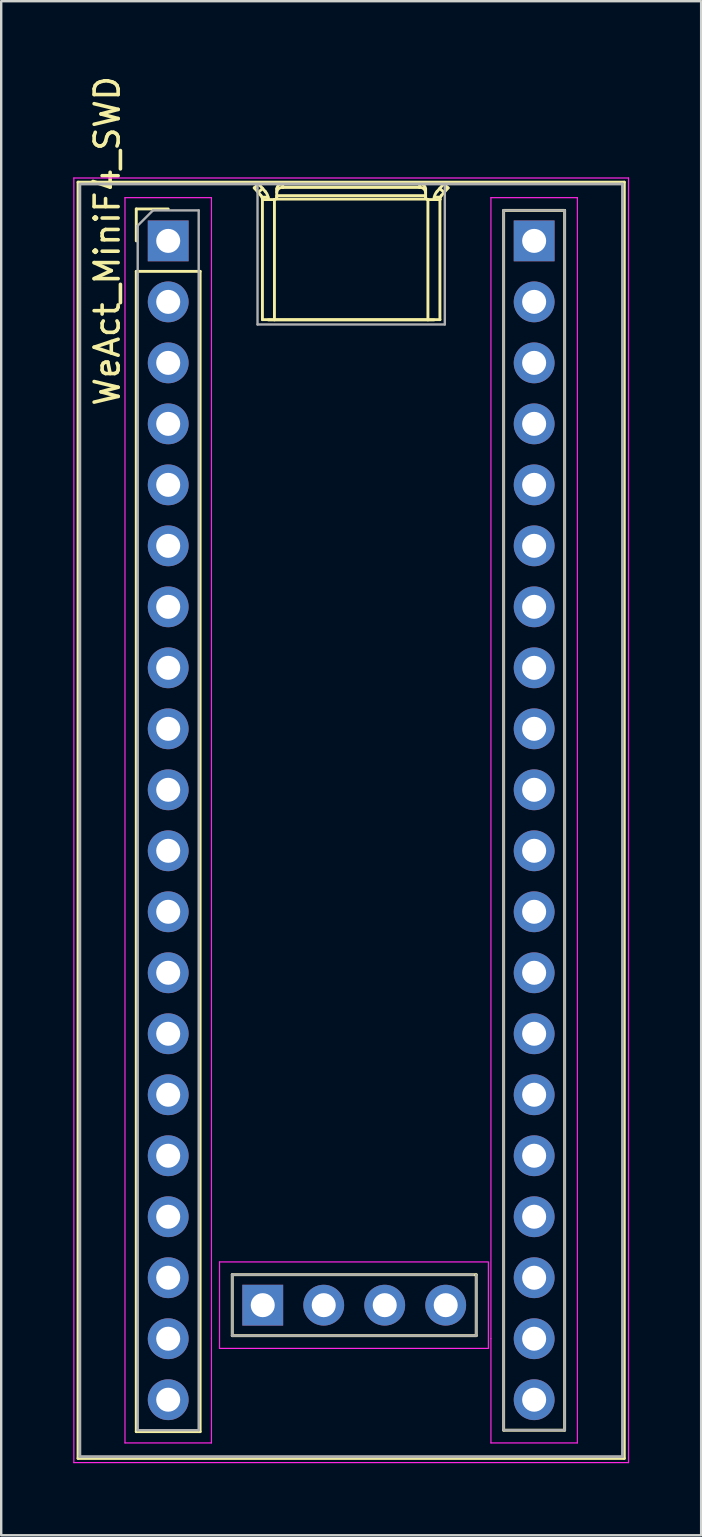
<source format=kicad_pcb>
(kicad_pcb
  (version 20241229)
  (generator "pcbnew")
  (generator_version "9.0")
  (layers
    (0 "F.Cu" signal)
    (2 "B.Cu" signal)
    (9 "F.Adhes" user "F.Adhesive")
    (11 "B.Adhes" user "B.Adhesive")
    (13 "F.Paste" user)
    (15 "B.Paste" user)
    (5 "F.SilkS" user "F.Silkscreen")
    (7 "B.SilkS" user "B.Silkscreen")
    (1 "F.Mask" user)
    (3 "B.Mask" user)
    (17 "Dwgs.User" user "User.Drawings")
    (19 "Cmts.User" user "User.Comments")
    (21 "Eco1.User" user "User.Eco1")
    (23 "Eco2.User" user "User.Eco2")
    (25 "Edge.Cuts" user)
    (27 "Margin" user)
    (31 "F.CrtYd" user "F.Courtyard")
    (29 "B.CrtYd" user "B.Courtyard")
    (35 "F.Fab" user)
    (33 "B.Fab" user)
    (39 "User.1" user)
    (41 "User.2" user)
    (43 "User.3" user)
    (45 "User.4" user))
  (footprint "WeAct_MiniF4_SWD"
    (layer "F.Cu")
    (at 3.955 6.982)
    (property "Reference" "WeAct_MiniF4_SWD" (at -2.54 0 90) (layer "F.SilkS") (effects (font (size 1 1) (thickness 0.15))))
    (attr through_hole)
    (fp_line (start -3.755 -2.445) (end 18.995 -2.445) (stroke (width 0.12) (type solid)) (layer "F.SilkS"))
    (fp_line (start -3.755 50.705) (end -3.755 -2.445) (stroke (width 0.12) (type solid)) (layer "F.SilkS"))
    (fp_line (start -1.33 -1.33) (end 0 -1.33) (stroke (width 0.12) (type solid)) (layer "F.SilkS"))
    (fp_line (start -1.33 0) (end -1.33 -1.33) (stroke (width 0.12) (type solid)) (layer "F.SilkS"))
    (fp_line (start -1.33 1.27) (end 1.33 1.27) (stroke (width 0.12) (type solid)) (layer "F.SilkS"))
    (fp_line (start -1.33 49.59) (end -1.33 1.27) (stroke (width 0.12) (type solid)) (layer "F.SilkS"))
    (fp_line (start 1.33 1.27) (end 1.33 49.59) (stroke (width 0.12) (type solid)) (layer "F.SilkS"))
    (fp_line (start 1.33 49.59) (end -1.33 49.59) (stroke (width 0.12) (type solid)) (layer "F.SilkS"))
    (fp_line (start 2.667 43.053) (end 12.827 43.053) (stroke (width 0.12) (type solid)) (layer "F.SilkS"))
    (fp_line (start 2.667 45.593) (end 2.667 43.053) (stroke (width 0.12) (type solid)) (layer "F.SilkS"))
    (fp_line (start 3.583 -2.207) (end 3.861 -1.891) (stroke (width 0.12) (type solid)) (layer "F.SilkS"))
    (fp_line (start 3.748 -2.02) (end 3.933 -2.182) (stroke (width 0.12) (type solid)) (layer "F.SilkS"))
    (fp_line (start 3.767 -2.37) (end 3.583 -2.207) (stroke (width 0.12) (type solid)) (layer "F.SilkS"))
    (fp_line (start 3.924 -1.728) (end 3.929 -1.72) (stroke (width 0.12) (type solid)) (layer "F.SilkS"))
    (fp_line (start 3.924 -1.726) (end 3.924 -1.728) (stroke (width 0.12) (type solid)) (layer "F.SilkS"))
    (fp_line (start 3.924 -1.726) (end 3.924 3.28) (stroke (width 0.12) (type solid)) (layer "F.SilkS"))
    (fp_line (start 3.929 -1.72) (end 3.93 -1.72) (stroke (width 0.12) (type solid)) (layer "F.SilkS"))
    (fp_line (start 3.93 -1.72) (end 4.42 -1.72) (stroke (width 0.12) (type solid)) (layer "F.SilkS"))
    (fp_line (start 4.045 -2.055) (end 3.767 -2.37) (stroke (width 0.12) (type solid)) (layer "F.SilkS"))
    (fp_line (start 4.161 -1.82) (end 3.905 -1.82) (stroke (width 0.12) (type solid)) (layer "F.SilkS"))
    (fp_line (start 4.17 -1.72) (end 4.17 -1.724) (stroke (width 0.12) (type solid)) (layer "F.SilkS"))
    (fp_line (start 4.42 -1.72) (end 4.424 -1.72) (stroke (width 0.12) (type solid)) (layer "F.SilkS"))
    (fp_line (start 4.424 -1.72) (end 4.424 3.29) (stroke (width 0.12) (type solid)) (layer "F.SilkS"))
    (fp_line (start 4.52 -2.165) (end 4.52 -1.82) (stroke (width 0.12) (type solid)) (layer "F.SilkS"))
    (fp_line (start 4.52 -1.885) (end 10.72 -1.885) (stroke (width 0.12) (type solid)) (layer "F.SilkS"))
    (fp_line (start 4.77 -2.227) (end 4.77 -2.37) (stroke (width 0.12) (type solid)) (layer "F.SilkS"))
    (fp_line (start 10.47 -2.37) (end 4.77 -2.37) (stroke (width 0.12) (type solid)) (layer "F.SilkS"))
    (fp_line (start 10.47 -2.227) (end 4.77 -2.227) (stroke (width 0.12) (type solid)) (layer "F.SilkS"))
    (fp_line (start 10.47 -2.227) (end 10.47 -2.37) (stroke (width 0.12) (type solid)) (layer "F.SilkS"))
    (fp_line (start 10.72 -2.165) (end 10.72 -1.82) (stroke (width 0.12) (type solid)) (layer "F.SilkS"))
    (fp_line (start 10.758 -1.741) (end 4.482 -1.741) (stroke (width 0.12) (type solid)) (layer "F.SilkS"))
    (fp_line (start 10.816 -1.72) (end 10.816 3.29) (stroke (width 0.12) (type solid)) (layer "F.SilkS"))
    (fp_line (start 10.82 -1.72) (end 10.816 -1.72) (stroke (width 0.12) (type solid)) (layer "F.SilkS"))
    (fp_line (start 11.07 -1.72) (end 11.07 -1.724) (stroke (width 0.12) (type solid)) (layer "F.SilkS"))
    (fp_line (start 11.07 3.29) (end 4.17 3.29) (stroke (width 0.12) (type solid)) (layer "F.SilkS"))
    (fp_line (start 11.079 -1.82) (end 11.335 -1.82) (stroke (width 0.12) (type solid)) (layer "F.SilkS"))
    (fp_line (start 11.195 -2.055) (end 11.473 -2.37) (stroke (width 0.12) (type solid)) (layer "F.SilkS"))
    (fp_line (start 11.31 -1.72) (end 10.82 -1.72) (stroke (width 0.12) (type solid)) (layer "F.SilkS"))
    (fp_line (start 11.311 -1.72) (end 11.31 -1.72) (stroke (width 0.12) (type solid)) (layer "F.SilkS"))
    (fp_line (start 11.316 -1.726) (end 11.316 3.28) (stroke (width 0.12) (type solid)) (layer "F.SilkS"))
    (fp_line (start 11.316 -1.726) (end 11.316 -1.728) (stroke (width 0.12) (type solid)) (layer "F.SilkS"))
    (fp_line (start 11.316 3.28) (end 3.924 3.28) (stroke (width 0.12) (type solid)) (layer "F.SilkS"))
    (fp_line (start 11.316 -1.728) (end 11.311 -1.72) (stroke (width 0.12) (type solid)) (layer "F.SilkS"))
    (fp_line (start 11.473 -2.37) (end 11.657 -2.207) (stroke (width 0.12) (type solid)) (layer "F.SilkS"))
    (fp_line (start 11.492 -2.02) (end 11.307 -2.182) (stroke (width 0.12) (type solid)) (layer "F.SilkS"))
    (fp_line (start 11.657 -2.207) (end 11.379 -1.891) (stroke (width 0.12) (type solid)) (layer "F.SilkS"))
    (fp_line (start 12.827 43.053) (end 12.827 45.593) (stroke (width 0.12) (type solid)) (layer "F.SilkS"))
    (fp_line (start 12.827 45.593) (end 2.667 45.593) (stroke (width 0.12) (type solid)) (layer "F.SilkS"))
    (fp_line (start 13.97 -1.27) (end 16.51 -1.27) (stroke (width 0.12) (type solid)) (layer "F.SilkS"))
    (fp_line (start 13.97 49.53) (end 13.97 -1.27) (stroke (width 0.12) (type solid)) (layer "F.SilkS"))
    (fp_line (start 16.51 -1.27) (end 16.51 49.53) (stroke (width 0.12) (type solid)) (layer "F.SilkS"))
    (fp_line (start 16.51 49.53) (end 13.97 49.53) (stroke (width 0.12) (type solid)) (layer "F.SilkS"))
    (fp_line (start 18.995 -2.445) (end 18.995 50.705) (stroke (width 0.12) (type solid)) (layer "F.SilkS"))
    (fp_line (start 18.995 50.705) (end -3.755 50.705) (stroke (width 0.12) (type solid)) (layer "F.SilkS"))
    (fp_arc (start 3.861166 -1.890847) (mid 3.906942 -1.815275) (end 3.923572 -1.7285) (stroke (width 0.12) (type solid)) (layer "F.SilkS"))
    (fp_arc (start 4.045142 -2.054759) (mid 4.137736 -1.900883) (end 4.169988 -1.724215) (stroke (width 0.12) (type solid)) (layer "F.SilkS"))
    (fp_arc (start 4.519999 -2.165212) (mid 4.603178 -2.318661) (end 4.77 -2.37) (stroke (width 0.12) (type solid)) (layer "F.SilkS"))
    (fp_arc (start 4.52 -2.021818) (mid 4.603179 -2.175266) (end 4.77 -2.226605) (stroke (width 0.12) (type solid)) (layer "F.SilkS"))
    (fp_arc (start 4.52 -1.819999) (mid 4.491968 -1.750569) (end 4.423589 -1.720064) (stroke (width 0.12) (type solid)) (layer "F.SilkS"))
    (fp_arc (start 10.47 -2.369999) (mid 10.636821 -2.318659) (end 10.719999 -2.165211) (stroke (width 0.12) (type solid)) (layer "F.SilkS"))
    (fp_arc (start 10.47 -2.226605) (mid 10.636821 -2.175265) (end 10.719999 -2.021817) (stroke (width 0.12) (type solid)) (layer "F.SilkS"))
    (fp_arc (start 10.81641 -1.720063) (mid 10.74803 -1.750569) (end 10.719999 -1.82) (stroke (width 0.12) (type solid)) (layer "F.SilkS"))
    (fp_arc (start 11.070011 -1.724215) (mid 11.102263 -1.900883) (end 11.194857 -2.054759) (stroke (width 0.12) (type solid)) (layer "F.SilkS"))
    (fp_arc (start 11.316427 -1.7285) (mid 11.333056 -1.815276) (end 11.378833 -1.890847) (stroke (width 0.12) (type solid)) (layer "F.SilkS"))
    (fp_line (start -3.93 -2.62) (end 19.17 -2.62) (stroke (width 0.05) (type solid)) (layer "F.CrtYd"))
    (fp_line (start -3.93 50.88) (end -3.93 -2.62) (stroke (width 0.05) (type solid)) (layer "F.CrtYd"))
    (fp_line (start -1.8 -1.8) (end -1.8 50.06) (stroke (width 0.05) (type solid)) (layer "F.CrtYd"))
    (fp_line (start -1.8 50.06) (end 1.8 50.06) (stroke (width 0.05) (type solid)) (layer "F.CrtYd"))
    (fp_line (start 1.8 -1.8) (end -1.8 -1.8) (stroke (width 0.05) (type solid)) (layer "F.CrtYd"))
    (fp_line (start 1.8 -1.8) (end 1.8 45.72) (stroke (width 0.05) (type solid)) (layer "F.CrtYd"))
    (fp_line (start 1.8 45.72) (end 1.8 50.06) (stroke (width 0.05) (type solid)) (layer "F.CrtYd"))
    (fp_line (start 2.137 42.523) (end 13.335 42.523) (stroke (width 0.05) (type solid)) (layer "F.CrtYd"))
    (fp_line (start 2.137 46.123) (end 2.137 42.523) (stroke (width 0.05) (type solid)) (layer "F.CrtYd"))
    (fp_line (start 2.137 46.123) (end 13.335 46.123) (stroke (width 0.05) (type solid)) (layer "F.CrtYd"))
    (fp_line (start 13.335 42.545) (end 13.335 46.123) (stroke (width 0.05) (type solid)) (layer "F.CrtYd"))
    (fp_line (start 13.44 -1.8) (end 13.44 45.72) (stroke (width 0.05) (type solid)) (layer "F.CrtYd"))
    (fp_line (start 13.44 -1.8) (end 17.04 -1.8) (stroke (width 0.05) (type solid)) (layer "F.CrtYd"))
    (fp_line (start 13.44 45.72) (end 13.44 50.06) (stroke (width 0.05) (type solid)) (layer "F.CrtYd"))
    (fp_line (start 17.04 -1.8) (end 17.04 50.06) (stroke (width 0.05) (type solid)) (layer "F.CrtYd"))
    (fp_line (start 17.04 50.06) (end 13.44 50.06) (stroke (width 0.05) (type solid)) (layer "F.CrtYd"))
    (fp_line (start 19.17 -2.62) (end 19.17 50.88) (stroke (width 0.05) (type solid)) (layer "F.CrtYd"))
    (fp_line (start 19.17 50.88) (end -3.93 50.88) (stroke (width 0.05) (type solid)) (layer "F.CrtYd"))
    (fp_line (start -3.68 -2.37) (end 18.92 -2.37) (stroke (width 0.12) (type solid)) (layer "F.Fab"))
    (fp_line (start -3.68 50.63) (end -3.68 -2.32) (stroke (width 0.12) (type solid)) (layer "F.Fab"))
    (fp_line (start -3.68 50.63) (end 18.92 50.63) (stroke (width 0.12) (type solid)) (layer "F.Fab"))
    (fp_line (start -1.27 -0.635) (end -0.635 -1.27) (stroke (width 0.1) (type solid)) (layer "F.Fab"))
    (fp_line (start -1.27 49.53) (end -1.27 -0.635) (stroke (width 0.1) (type solid)) (layer "F.Fab"))
    (fp_line (start -0.635 -1.27) (end 1.27 -1.27) (stroke (width 0.1) (type solid)) (layer "F.Fab"))
    (fp_line (start 1.27 -1.27) (end 1.27 49.53) (stroke (width 0.1) (type solid)) (layer "F.Fab"))
    (fp_line (start 1.27 49.53) (end -1.27 49.53) (stroke (width 0.1) (type solid)) (layer "F.Fab"))
    (fp_line (start 2.667 43.053) (end 12.7 43.053) (stroke (width 0.1) (type solid)) (layer "F.Fab"))
    (fp_line (start 2.667 45.593) (end 2.667 43.053) (stroke (width 0.1) (type solid)) (layer "F.Fab"))
    (fp_line (start 3.72 3.48) (end 3.72 -2.32) (stroke (width 0.1) (type solid)) (layer "F.Fab"))
    (fp_line (start 3.72 3.48) (end 11.52 3.48) (stroke (width 0.1) (type solid)) (layer "F.Fab"))
    (fp_line (start 11.52 3.48) (end 11.52 -2.32) (stroke (width 0.1) (type solid)) (layer "F.Fab"))
    (fp_line (start 12.827 43.053) (end 12.827 45.593) (stroke (width 0.1) (type solid)) (layer "F.Fab"))
    (fp_line (start 12.827 45.593) (end 2.667 45.593) (stroke (width 0.1) (type solid)) (layer "F.Fab"))
    (fp_line (start 13.97 -1.27) (end 16.51 -1.27) (stroke (width 0.1) (type solid)) (layer "F.Fab"))
    (fp_line (start 13.97 49.53) (end 13.97 -1.27) (stroke (width 0.1) (type solid)) (layer "F.Fab"))
    (fp_line (start 16.51 -1.27) (end 16.51 49.53) (stroke (width 0.1) (type solid)) (layer "F.Fab"))
    (fp_line (start 16.51 49.53) (end 13.97 49.53) (stroke (width 0.1) (type solid)) (layer "F.Fab"))
    (fp_line (start 18.92 -2.37) (end 18.92 50.63) (stroke (width 0.12) (type solid)) (layer "F.Fab"))
    (pad "1" thru_hole circle (at 15.24 48.26) (size 1.7 1.7) (drill 1) (layers "*.Cu" "*.Mask"))
    (pad "2" thru_hole circle (at 15.24 45.72) (size 1.7 1.7) (drill 1) (layers "*.Cu" "*.Mask"))
    (pad "3" thru_hole circle (at 15.24 43.18) (size 1.7 1.7) (drill 1) (layers "*.Cu" "*.Mask"))
    (pad "3V3" thru_hole circle (at 0 48.26) (size 1.7 1.7) (drill 1) (layers "*.Cu" "*.Mask"))
    (pad "3V3" thru_hole rect (at 3.937 44.323 90) (size 1.7 1.7) (drill 1) (layers "*.Cu" "*.Mask"))
    (pad "3V3" thru_hole circle (at 15.24 5.08) (size 1.7 1.7) (drill 1) (layers "*.Cu" "*.Mask"))
    (pad "4" thru_hole circle (at 15.24 40.64) (size 1.7 1.7) (drill 1) (layers "*.Cu" "*.Mask"))
    (pad "5V" thru_hole circle (at 0 43.18) (size 1.7 1.7) (drill 1) (layers "*.Cu" "*.Mask"))
    (pad "5V" thru_hole rect (at 15.24 0) (size 1.7 1.7) (drill 1) (layers "*.Cu" "*.Mask"))
    (pad "7" thru_hole circle (at 15.24 38.1) (size 1.7 1.7) (drill 1) (layers "*.Cu" "*.Mask"))
    (pad "10" thru_hole circle (at 15.24 35.56) (size 1.7 1.7) (drill 1) (layers "*.Cu" "*.Mask"))
    (pad "11" thru_hole circle (at 15.24 33.02) (size 1.7 1.7) (drill 1) (layers "*.Cu" "*.Mask"))
    (pad "12" thru_hole circle (at 15.24 30.48) (size 1.7 1.7) (drill 1) (layers "*.Cu" "*.Mask"))
    (pad "13" thru_hole circle (at 15.24 27.94) (size 1.7 1.7) (drill 1) (layers "*.Cu" "*.Mask"))
    (pad "14" thru_hole circle (at 15.24 25.4) (size 1.7 1.7) (drill 1) (layers "*.Cu" "*.Mask"))
    (pad "15" thru_hole circle (at 15.24 22.86) (size 1.7 1.7) (drill 1) (layers "*.Cu" "*.Mask"))
    (pad "16" thru_hole circle (at 15.24 20.32) (size 1.7 1.7) (drill 1) (layers "*.Cu" "*.Mask"))
    (pad "17" thru_hole circle (at 15.24 17.78) (size 1.7 1.7) (drill 1) (layers "*.Cu" "*.Mask"))
    (pad "18" thru_hole circle (at 15.24 15.24) (size 1.7 1.7) (drill 1) (layers "*.Cu" "*.Mask"))
    (pad "19" thru_hole circle (at 15.24 12.7) (size 1.7 1.7) (drill 1) (layers "*.Cu" "*.Mask"))
    (pad "20" thru_hole circle (at 15.24 10.16) (size 1.7 1.7) (drill 1) (layers "*.Cu" "*.Mask"))
    (pad "21" thru_hole circle (at 15.24 7.62) (size 1.7 1.7) (drill 1) (layers "*.Cu" "*.Mask"))
    (pad "25" thru_hole rect (at 0 0) (size 1.7 1.7) (drill 1) (layers "*.Cu" "*.Mask"))
    (pad "26" thru_hole circle (at 0 2.54) (size 1.7 1.7) (drill 1) (layers "*.Cu" "*.Mask"))
    (pad "27" thru_hole circle (at 0 5.08) (size 1.7 1.7) (drill 1) (layers "*.Cu" "*.Mask"))
    (pad "28" thru_hole circle (at 0 7.62) (size 1.7 1.7) (drill 1) (layers "*.Cu" "*.Mask"))
    (pad "29" thru_hole circle (at 0 10.16) (size 1.7 1.7) (drill 1) (layers "*.Cu" "*.Mask"))
    (pad "30" thru_hole circle (at 0 12.7) (size 1.7 1.7) (drill 1) (layers "*.Cu" "*.Mask"))
    (pad "31" thru_hole circle (at 0 15.24) (size 1.7 1.7) (drill 1) (layers "*.Cu" "*.Mask"))
    (pad "32" thru_hole circle (at 0 17.78) (size 1.7 1.7) (drill 1) (layers "*.Cu" "*.Mask"))
    (pad "33" thru_hole circle (at 0 20.32) (size 1.7 1.7) (drill 1) (layers "*.Cu" "*.Mask"))
    (pad "34" thru_hole circle (at 6.477 44.323 90) (size 1.7 1.7) (drill 1) (layers "*.Cu" "*.Mask"))
    (pad "37" thru_hole circle (at 9.017 44.323 90) (size 1.7 1.7) (drill 1) (layers "*.Cu" "*.Mask"))
    (pad "38" thru_hole circle (at 0 22.86) (size 1.7 1.7) (drill 1) (layers "*.Cu" "*.Mask"))
    (pad "39" thru_hole circle (at 0 25.4) (size 1.7 1.7) (drill 1) (layers "*.Cu" "*.Mask"))
    (pad "40" thru_hole circle (at 0 27.94) (size 1.7 1.7) (drill 1) (layers "*.Cu" "*.Mask"))
    (pad "41" thru_hole circle (at 0 30.48) (size 1.7 1.7) (drill 1) (layers "*.Cu" "*.Mask"))
    (pad "42" thru_hole circle (at 0 33.02) (size 1.7 1.7) (drill 1) (layers "*.Cu" "*.Mask"))
    (pad "43" thru_hole circle (at 0 35.56) (size 1.7 1.7) (drill 1) (layers "*.Cu" "*.Mask"))
    (pad "45" thru_hole circle (at 0 38.1) (size 1.7 1.7) (drill 1) (layers "*.Cu" "*.Mask"))
    (pad "46" thru_hole circle (at 0 40.64) (size 1.7 1.7) (drill 1) (layers "*.Cu" "*.Mask"))
    (pad "GND" thru_hole circle (at 0 45.72) (size 1.7 1.7) (drill 1) (layers "*.Cu" "*.Mask"))
    (pad "GND" thru_hole circle (at 11.557 44.323 90) (size 1.7 1.7) (drill 1) (layers "*.Cu" "*.Mask"))
    (pad "GND" thru_hole circle (at 15.24 2.54) (size 1.7 1.7) (drill 1) (layers "*.Cu" "*.Mask")))
  (gr_rect
    (start -3 -3)
    (end 26.15 60.887)
    (stroke (width 0.1) (type default))
    (fill no)
    (layer "Edge.Cuts")))
</source>
